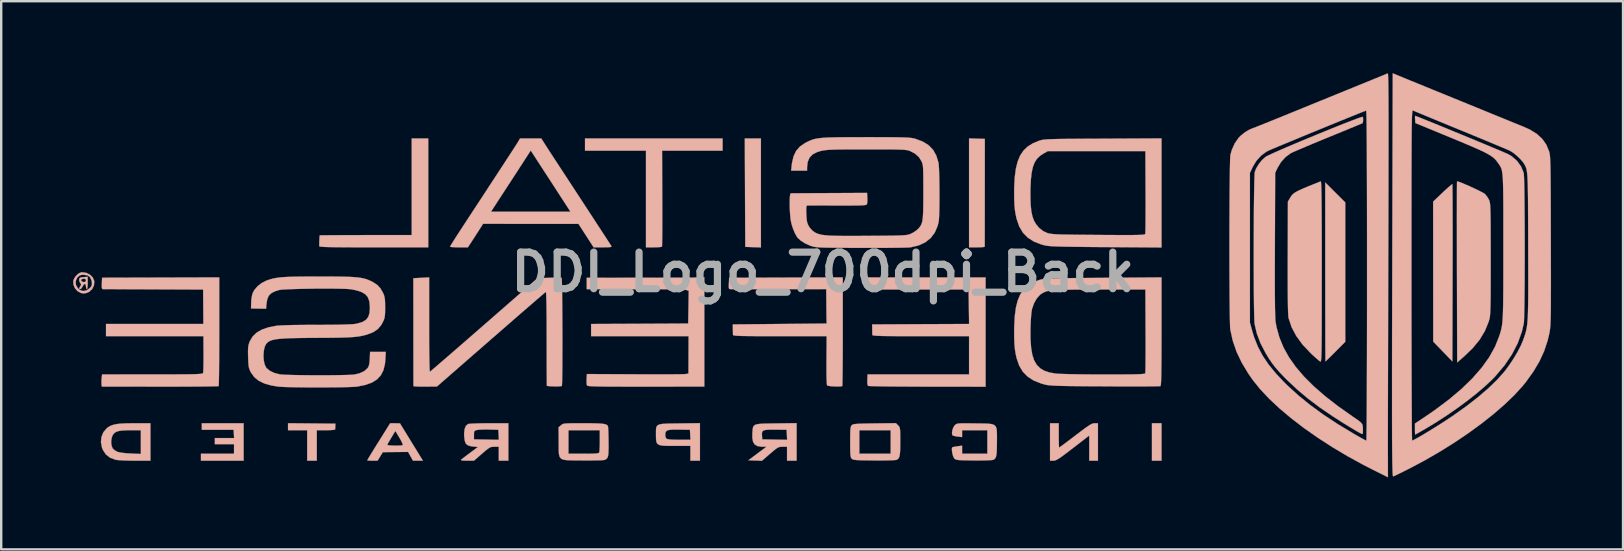
<source format=kicad_pcb>
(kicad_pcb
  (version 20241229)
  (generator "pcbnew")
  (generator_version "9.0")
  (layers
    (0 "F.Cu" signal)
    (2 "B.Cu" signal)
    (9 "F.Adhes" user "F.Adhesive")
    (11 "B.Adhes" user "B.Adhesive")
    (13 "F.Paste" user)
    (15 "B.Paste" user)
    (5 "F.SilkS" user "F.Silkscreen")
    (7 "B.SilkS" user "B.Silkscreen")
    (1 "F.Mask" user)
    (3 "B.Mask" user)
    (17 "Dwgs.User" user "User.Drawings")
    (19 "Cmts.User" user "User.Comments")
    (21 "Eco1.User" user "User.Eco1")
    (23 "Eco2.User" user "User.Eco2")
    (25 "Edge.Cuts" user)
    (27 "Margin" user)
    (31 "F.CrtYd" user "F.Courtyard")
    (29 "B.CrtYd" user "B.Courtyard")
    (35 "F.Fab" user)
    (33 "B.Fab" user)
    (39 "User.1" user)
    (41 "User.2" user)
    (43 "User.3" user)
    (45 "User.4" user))
  (footprint "DDI_Logo_700dpi_Back"
    (layer "F.Cu")
    (at 31.233 8.289)
    (property "Reference" "DDI_Logo_700dpi_Back" (at 0 0 0) (layer "F.Fab") (effects (font (size 1.524 1.524) (thickness 0.3))))
    (attr through_hole)
    (fp_poly (pts (xy 13.714 7.856) (xy 14.113 7.856) (xy 14.113 6.296) (xy 13.714 6.296) (xy 13.714 7.856)) (stroke (width 0.01) (type solid)) (fill yes) (layer "B.SilkS"))
    (fp_poly (pts (xy -3.241 -3.311) (xy -3.231 -1.052) (xy -2.579 -1.031) (xy -2.579 -5.569) (xy -2.914 -5.569) (xy -3.25 -5.569) (xy -3.241 -3.311)) (stroke (width 0.01) (type solid)) (fill yes) (layer "B.SilkS"))
    (fp_poly (pts (xy -25.874 6.432) (xy -25.874 6.568) (xy -24.55 6.568) (xy -24.539 6.74) (xy -24.528 6.913) (xy -25.33 6.913) (xy -25.33 7.167) (xy -24.532 7.167) (xy -24.532 7.566) (xy -25.91 7.566) (xy -25.91 7.856) (xy -24.132 7.856) (xy -24.132 6.296) (xy -25.874 6.296) (xy -25.874 6.432)) (stroke (width 0.01) (type solid)) (fill yes) (layer "B.SilkS"))
    (fp_poly (pts (xy -22.282 6.586) (xy -21.484 6.586) (xy -21.484 7.856) (xy -21.084 7.856) (xy -21.084 6.586) (xy -20.703 6.586) (xy -20.531 6.583) (xy -20.403 6.574) (xy -20.331 6.56) (xy -20.319 6.55) (xy -20.315 6.489) (xy -20.312 6.414) (xy -20.308 6.314) (xy -21.295 6.304) (xy -22.282 6.295) (xy -22.282 6.586)) (stroke (width 0.01) (type solid)) (fill yes) (layer "B.SilkS"))
    (fp_poly (pts (xy 6.094 -1.034) (xy 6.42 -1.034) (xy 6.564 -1.037) (xy 6.676 -1.044) (xy 6.739 -1.055) (xy 6.747 -1.061) (xy 6.747 -1.101) (xy 6.747 -1.208) (xy 6.747 -1.374) (xy 6.748 -1.594) (xy 6.748 -1.862) (xy 6.748 -2.17) (xy 6.749 -2.514) (xy 6.749 -2.885) (xy 6.749 -3.28) (xy 6.749 -3.32) (xy 6.751 -5.551) (xy 6.422 -5.562) (xy 6.094 -5.572) (xy 6.094 -1.034)) (stroke (width 0.01) (type solid)) (fill yes) (layer "B.SilkS"))
    (fp_poly (pts (xy 20.934 -0.008) (xy 20.935 0.505) (xy 20.935 0.998) (xy 20.935 1.465) (xy 20.936 1.901) (xy 20.937 2.302) (xy 20.937 2.663) (xy 20.938 2.979) (xy 20.939 3.245) (xy 20.941 3.457) (xy 20.942 3.61) (xy 20.943 3.698) (xy 20.944 3.72) (xy 20.972 3.695) (xy 21.041 3.628) (xy 21.145 3.527) (xy 21.272 3.4) (xy 21.361 3.311) (xy 21.769 2.902) (xy 21.769 -2.904) (xy 20.934 -3.736) (xy 20.934 -0.008)) (stroke (width 0.01) (type solid)) (fill yes) (layer "B.SilkS"))
    (fp_poly (pts (xy 26.198 -3.647) (xy 26.123 -3.586) (xy 26.016 -3.491) (xy 25.885 -3.371) (xy 25.82 -3.309) (xy 25.43 -2.939) (xy 25.433 2.894) (xy 26.231 3.719) (xy 26.241 0.033) (xy 26.242 -0.478) (xy 26.243 -0.968) (xy 26.243 -1.433) (xy 26.243 -1.867) (xy 26.242 -2.266) (xy 26.241 -2.624) (xy 26.24 -2.938) (xy 26.238 -3.202) (xy 26.236 -3.411) (xy 26.234 -3.561) (xy 26.232 -3.647) (xy 26.23 -3.666) (xy 26.198 -3.647)) (stroke (width 0.01) (type solid)) (fill yes) (layer "B.SilkS"))
    (fp_poly (pts (xy -9.908 -5.061) (xy -7.368 -5.061) (xy -7.368 -1.034) (xy -7.044 -1.034) (xy -6.898 -1.037) (xy -6.781 -1.045) (xy -6.712 -1.058) (xy -6.701 -1.064) (xy -6.698 -1.105) (xy -6.695 -1.212) (xy -6.692 -1.378) (xy -6.69 -1.596) (xy -6.689 -1.86) (xy -6.688 -2.164) (xy -6.688 -2.499) (xy -6.689 -2.86) (xy -6.69 -3.078) (xy -6.697 -5.061) (xy -5.436 -5.061) (xy -4.175 -5.061) (xy -4.175 -5.569) (xy -9.908 -5.569) (xy -9.908 -5.061)) (stroke (width 0.01) (type solid)) (fill yes) (layer "B.SilkS"))
    (fp_poly (pts (xy -17.129 -1.545) (xy -19.04 -1.544) (xy -19.405 -1.543) (xy -19.748 -1.542) (xy -20.061 -1.541) (xy -20.339 -1.54) (xy -20.573 -1.538) (xy -20.759 -1.537) (xy -20.887 -1.535) (xy -20.953 -1.533) (xy -20.961 -1.532) (xy -20.967 -1.494) (xy -20.973 -1.408) (xy -20.978 -1.297) (xy -20.981 -1.188) (xy -20.981 -1.102) (xy -20.98 -1.079) (xy -20.965 -1.069) (xy -20.919 -1.061) (xy -20.838 -1.054) (xy -20.717 -1.048) (xy -20.551 -1.044) (xy -20.337 -1.04) (xy -20.07 -1.037) (xy -19.745 -1.035) (xy -19.359 -1.034) (xy -18.906 -1.034) (xy -18.708 -1.034) (xy -16.44 -1.034) (xy -16.44 -5.569) (xy -17.129 -5.569) (xy -17.129 -1.545)) (stroke (width 0.01) (type solid)) (fill yes) (layer "B.SilkS"))
    (fp_poly (pts (xy 9.468 7.856) (xy 9.604 7.856) (xy 9.654 7.852) (xy 9.709 7.835) (xy 9.778 7.8) (xy 9.87 7.743) (xy 9.991 7.658) (xy 10.15 7.539) (xy 10.356 7.381) (xy 10.421 7.332) (xy 11.101 6.807) (xy 11.101 7.856) (xy 11.464 7.856) (xy 11.464 6.296) (xy 11.328 6.296) (xy 11.277 6.301) (xy 11.221 6.318) (xy 11.15 6.353) (xy 11.057 6.412) (xy 10.932 6.499) (xy 10.769 6.62) (xy 10.558 6.78) (xy 10.527 6.804) (xy 10.337 6.949) (xy 10.167 7.077) (xy 10.025 7.183) (xy 9.919 7.261) (xy 9.858 7.305) (xy 9.846 7.312) (xy 9.841 7.278) (xy 9.836 7.184) (xy 9.833 7.044) (xy 9.831 6.87) (xy 9.831 6.804) (xy 9.831 6.296) (xy 9.468 6.296) (xy 9.468 7.856)) (stroke (width 0.01) (type solid)) (fill yes) (layer "B.SilkS"))
    (fp_poly (pts (xy -30.8 0.207) (xy -30.907 0.219) (xy -30.961 0.243) (xy -30.982 0.29) (xy -30.984 0.303) (xy -30.971 0.397) (xy -30.939 0.45) (xy -30.902 0.507) (xy -30.918 0.56) (xy -30.935 0.584) (xy -30.983 0.662) (xy -30.975 0.701) (xy -30.94 0.708) (xy -30.893 0.678) (xy -30.847 0.604) (xy -30.845 0.599) (xy -30.8 0.524) (xy -30.753 0.49) (xy -30.75 0.49) (xy -30.712 0.523) (xy -30.7 0.599) (xy -30.69 0.676) (xy -30.664 0.708) (xy -30.664 0.708) (xy -30.645 0.674) (xy -30.632 0.584) (xy -30.628 0.454) (xy -30.628 0.345) (xy -30.7 0.345) (xy -30.727 0.403) (xy -30.795 0.417) (xy -30.877 0.385) (xy -30.909 0.339) (xy -30.883 0.297) (xy -30.81 0.274) (xy -30.789 0.273) (xy -30.719 0.29) (xy -30.7 0.345) (xy -30.628 0.345) (xy -30.628 0.196) (xy -30.8 0.207)) (stroke (width 0.01) (type solid)) (fill yes) (layer "B.SilkS"))
    (fp_poly (pts (xy -30.908 0.011) (xy -31.008 0.056) (xy -31.109 0.146) (xy -31.19 0.26) (xy -31.228 0.359) (xy -31.224 0.518) (xy -31.162 0.667) (xy -31.054 0.789) (xy -30.915 0.868) (xy -30.791 0.889) (xy -30.686 0.87) (xy -30.573 0.823) (xy -30.562 0.816) (xy -30.442 0.704) (xy -30.369 0.555) (xy -30.365 0.514) (xy -30.451 0.514) (xy -30.477 0.589) (xy -30.548 0.67) (xy -30.68 0.761) (xy -30.819 0.787) (xy -30.951 0.746) (xy -31.042 0.669) (xy -31.12 0.528) (xy -31.131 0.381) (xy -31.072 0.241) (xy -31.048 0.211) (xy -30.975 0.144) (xy -30.891 0.115) (xy -30.795 0.109) (xy -30.638 0.134) (xy -30.531 0.211) (xy -30.47 0.344) (xy -30.457 0.411) (xy -30.451 0.514) (xy -30.365 0.514) (xy -30.353 0.394) (xy -30.358 0.365) (xy -30.418 0.223) (xy -30.532 0.108) (xy -30.681 0.032) (xy -30.847 0.006) (xy -30.908 0.011)) (stroke (width 0.01) (type solid)) (fill yes) (layer "B.SilkS"))
    (fp_poly (pts (xy -18.503 7.058) (xy -18.634 7.268) (xy -18.752 7.458) (xy -18.85 7.618) (xy -18.924 7.741) (xy -18.969 7.817) (xy -18.98 7.838) (xy -18.947 7.848) (xy -18.861 7.854) (xy -18.765 7.856) (xy -18.551 7.856) (xy -18.441 7.678) (xy -18.332 7.5) (xy -17.806 7.495) (xy -17.28 7.49) (xy -17.178 7.673) (xy -17.075 7.856) (xy -16.869 7.856) (xy -16.663 7.856) (xy -17.065 7.201) (xy -17.5 7.201) (xy -17.504 7.209) (xy -17.555 7.221) (xy -17.653 7.227) (xy -17.778 7.229) (xy -17.909 7.226) (xy -18.027 7.22) (xy -18.113 7.21) (xy -18.145 7.197) (xy -18.128 7.155) (xy -18.08 7.068) (xy -18.012 6.951) (xy -17.978 6.894) (xy -17.81 6.618) (xy -17.639 6.901) (xy -17.562 7.039) (xy -17.514 7.142) (xy -17.5 7.201) (xy -17.065 7.201) (xy -17.141 7.078) (xy -17.619 6.299) (xy -18.026 6.296) (xy -18.503 7.058)) (stroke (width 0.01) (type solid)) (fill yes) (layer "B.SilkS"))
    (fp_poly (pts (xy 1.884 0.726) (xy 6.075 0.726) (xy 6.085 1.442) (xy 6.095 2.159) (xy 4.076 2.168) (xy 2.056 2.178) (xy 2.059 2.368) (xy 2.06 2.488) (xy 2.062 2.582) (xy 2.063 2.613) (xy 2.071 2.625) (xy 2.095 2.635) (xy 2.143 2.643) (xy 2.218 2.65) (xy 2.327 2.655) (xy 2.475 2.66) (xy 2.668 2.663) (xy 2.91 2.665) (xy 3.207 2.666) (xy 3.565 2.667) (xy 3.989 2.667) (xy 4.08 2.667) (xy 6.094 2.667) (xy 6.094 4.261) (xy 1.866 4.26) (xy 1.855 4.486) (xy 1.855 4.636) (xy 1.874 4.72) (xy 1.891 4.74) (xy 1.934 4.745) (xy 2.044 4.749) (xy 2.214 4.754) (xy 2.439 4.758) (xy 2.711 4.762) (xy 3.026 4.765) (xy 3.377 4.767) (xy 3.757 4.769) (xy 4.162 4.771) (xy 4.36 4.771) (xy 6.783 4.774) (xy 6.783 2.496) (xy 6.783 0.218) (xy 1.884 0.218) (xy 1.884 0.726)) (stroke (width 0.01) (type solid)) (fill yes) (layer "B.SilkS"))
    (fp_poly (pts (xy -5.97 6.303) (xy -6.262 6.307) (xy -6.49 6.312) (xy -6.661 6.321) (xy -6.784 6.34) (xy -6.866 6.372) (xy -6.916 6.42) (xy -6.942 6.488) (xy -6.951 6.581) (xy -6.951 6.702) (xy -6.951 6.772) (xy -6.95 6.924) (xy -6.941 7.039) (xy -6.914 7.122) (xy -6.862 7.178) (xy -6.775 7.213) (xy -6.644 7.231) (xy -6.46 7.238) (xy -6.214 7.239) (xy -6.149 7.239) (xy -5.518 7.239) (xy -5.518 7.856) (xy -5.119 7.856) (xy -5.119 6.985) (xy -5.514 6.985) (xy -5.981 6.985) (xy -6.211 6.982) (xy -6.374 6.972) (xy -6.476 6.954) (xy -6.511 6.939) (xy -6.556 6.877) (xy -6.565 6.772) (xy -6.564 6.751) (xy -6.552 6.677) (xy -6.523 6.625) (xy -6.467 6.59) (xy -6.374 6.57) (xy -6.232 6.561) (xy -6.032 6.561) (xy -5.942 6.562) (xy -5.536 6.568) (xy -5.514 6.985) (xy -5.119 6.985) (xy -5.119 6.292) (xy -5.97 6.303)) (stroke (width 0.01) (type solid)) (fill yes) (layer "B.SilkS"))
    (fp_poly (pts (xy -28.982 6.299) (xy -29.222 6.309) (xy -29.411 6.329) (xy -29.56 6.36) (xy -29.679 6.404) (xy -29.78 6.463) (xy -29.833 6.504) (xy -29.973 6.667) (xy -30.055 6.864) (xy -30.077 7.081) (xy -30.035 7.307) (xy -29.995 7.409) (xy -29.871 7.597) (xy -29.696 7.732) (xy -29.471 7.816) (xy -29.466 7.817) (xy -29.376 7.83) (xy -29.229 7.84) (xy -29.041 7.849) (xy -28.827 7.854) (xy -28.659 7.855) (xy -28.015 7.856) (xy -28.015 6.586) (xy -28.414 6.586) (xy -28.414 7.576) (xy -28.841 7.557) (xy -29.059 7.542) (xy -29.24 7.52) (xy -29.369 7.493) (xy -29.4 7.482) (xy -29.504 7.422) (xy -29.586 7.346) (xy -29.594 7.335) (xy -29.639 7.212) (xy -29.651 7.056) (xy -29.629 6.898) (xy -29.594 6.805) (xy -29.537 6.721) (xy -29.457 6.661) (xy -29.343 6.621) (xy -29.184 6.597) (xy -28.97 6.587) (xy -28.851 6.586) (xy -28.414 6.586) (xy -28.015 6.586) (xy -28.015 6.296) (xy -28.68 6.296) (xy -28.982 6.299)) (stroke (width 0.01) (type solid)) (fill yes) (layer "B.SilkS"))
    (fp_poly (pts (xy -1.942 6.303) (xy -2.231 6.307) (xy -2.456 6.312) (xy -2.625 6.321) (xy -2.746 6.339) (xy -2.828 6.367) (xy -2.879 6.409) (xy -2.908 6.469) (xy -2.922 6.55) (xy -2.93 6.654) (xy -2.933 6.687) (xy -2.936 6.91) (xy -2.905 7.073) (xy -2.835 7.183) (xy -2.72 7.248) (xy -2.556 7.274) (xy -2.494 7.276) (xy -2.348 7.276) (xy -3.101 7.838) (xy -2.82 7.849) (xy -2.539 7.859) (xy -2.2 7.568) (xy -2.056 7.445) (xy -1.953 7.363) (xy -1.876 7.313) (xy -1.812 7.287) (xy -1.745 7.277) (xy -1.675 7.276) (xy -1.49 7.276) (xy -1.49 7.856) (xy -1.091 7.856) (xy -1.091 6.987) (xy -1.486 6.987) (xy -2.005 6.977) (xy -2.524 6.967) (xy -2.535 6.795) (xy -2.537 6.707) (xy -2.521 6.644) (xy -2.478 6.602) (xy -2.398 6.577) (xy -2.272 6.565) (xy -2.089 6.562) (xy -1.943 6.563) (xy -1.508 6.568) (xy -1.497 6.778) (xy -1.486 6.987) (xy -1.091 6.987) (xy -1.091 6.292) (xy -1.942 6.303)) (stroke (width 0.01) (type solid)) (fill yes) (layer "B.SilkS"))
    (fp_poly (pts (xy -14.136 6.298) (xy -14.354 6.302) (xy -14.54 6.308) (xy -14.682 6.317) (xy -14.768 6.326) (xy -14.783 6.33) (xy -14.869 6.401) (xy -14.924 6.533) (xy -14.945 6.721) (xy -14.94 6.863) (xy -14.917 7.035) (xy -14.871 7.148) (xy -14.789 7.217) (xy -14.659 7.254) (xy -14.578 7.265) (xy -14.372 7.286) (xy -14.708 7.537) (xy -14.844 7.639) (xy -14.96 7.728) (xy -15.042 7.793) (xy -15.077 7.822) (xy -15.063 7.84) (xy -14.982 7.851) (xy -14.841 7.856) (xy -14.823 7.856) (xy -14.535 7.855) (xy -14.201 7.565) (xy -14.06 7.443) (xy -13.958 7.362) (xy -13.882 7.312) (xy -13.817 7.286) (xy -13.75 7.277) (xy -13.684 7.276) (xy -13.501 7.276) (xy -13.501 7.856) (xy -13.102 7.856) (xy -13.102 6.987) (xy -13.497 6.987) (xy -14.535 6.967) (xy -14.535 6.788) (xy -14.532 6.68) (xy -14.514 6.623) (xy -14.469 6.594) (xy -14.416 6.578) (xy -14.33 6.566) (xy -14.193 6.559) (xy -14.027 6.556) (xy -13.908 6.558) (xy -13.519 6.568) (xy -13.508 6.778) (xy -13.497 6.987) (xy -13.102 6.987) (xy -13.102 6.296) (xy -13.897 6.296) (xy -14.136 6.298)) (stroke (width 0.01) (type solid)) (fill yes) (layer "B.SilkS"))
    (fp_poly (pts (xy 26.426 -3.779) (xy 26.424 -3.742) (xy 26.423 -3.637) (xy 26.421 -3.469) (xy 26.421 -3.243) (xy 26.42 -2.963) (xy 26.42 -2.635) (xy 26.419 -2.263) (xy 26.42 -1.852) (xy 26.42 -1.407) (xy 26.421 -0.932) (xy 26.421 -0.432) (xy 26.422 -0.002) (xy 26.432 3.762) (xy 26.722 3.51) (xy 27.079 3.167) (xy 27.366 2.816) (xy 27.585 2.454) (xy 27.739 2.078) (xy 27.774 1.958) (xy 27.786 1.905) (xy 27.796 1.839) (xy 27.804 1.754) (xy 27.811 1.645) (xy 27.817 1.506) (xy 27.821 1.332) (xy 27.825 1.116) (xy 27.827 0.853) (xy 27.828 0.538) (xy 27.829 0.164) (xy 27.829 -0.273) (xy 27.829 -0.558) (xy 27.829 -1.026) (xy 27.828 -1.426) (xy 27.827 -1.765) (xy 27.825 -2.048) (xy 27.823 -2.281) (xy 27.819 -2.47) (xy 27.815 -2.619) (xy 27.809 -2.736) (xy 27.803 -2.824) (xy 27.794 -2.89) (xy 27.784 -2.94) (xy 27.772 -2.978) (xy 27.76 -3.008) (xy 27.691 -3.129) (xy 27.604 -3.239) (xy 27.585 -3.258) (xy 27.527 -3.297) (xy 27.421 -3.354) (xy 27.281 -3.424) (xy 27.119 -3.501) (xy 26.948 -3.579) (xy 26.783 -3.651) (xy 26.634 -3.713) (xy 26.517 -3.758) (xy 26.443 -3.78) (xy 26.426 -3.779)) (stroke (width 0.01) (type solid)) (fill yes) (layer "B.SilkS"))
    (fp_poly (pts (xy -5.019 0.221) (xy -5.069 0.223) (xy -5.184 0.224) (xy -5.36 0.226) (xy -5.59 0.227) (xy -5.867 0.229) (xy -6.185 0.23) (xy -6.538 0.231) (xy -6.919 0.232) (xy -7.323 0.233) (xy -7.468 0.233) (xy -9.836 0.236) (xy -9.836 0.708) (xy -7.806 0.708) (xy -7.347 0.709) (xy -6.936 0.711) (xy -6.576 0.714) (xy -6.272 0.718) (xy -6.026 0.723) (xy -5.843 0.73) (xy -5.726 0.737) (xy -5.681 0.744) (xy -5.586 0.78) (xy -5.597 1.461) (xy -5.609 2.141) (xy -7.631 2.151) (xy -9.654 2.16) (xy -9.654 2.667) (xy -5.592 2.667) (xy -5.598 4.226) (xy -5.712 4.246) (xy -5.769 4.25) (xy -5.892 4.253) (xy -6.073 4.256) (xy -6.305 4.257) (xy -6.582 4.259) (xy -6.896 4.259) (xy -7.241 4.259) (xy -7.609 4.257) (xy -7.828 4.256) (xy -9.83 4.246) (xy -9.842 4.457) (xy -9.844 4.581) (xy -9.836 4.68) (xy -9.825 4.721) (xy -9.811 4.731) (xy -9.777 4.74) (xy -9.72 4.748) (xy -9.633 4.754) (xy -9.513 4.759) (xy -9.354 4.763) (xy -9.152 4.767) (xy -8.901 4.769) (xy -8.596 4.77) (xy -8.233 4.771) (xy -7.807 4.772) (xy -7.366 4.771) (xy -4.937 4.77) (xy -4.937 0.212) (xy -5.019 0.221)) (stroke (width 0.01) (type solid)) (fill yes) (layer "B.SilkS"))
    (fp_poly (pts (xy 2.158 6.303) (xy 1.878 6.307) (xy 1.662 6.312) (xy 1.5 6.317) (xy 1.384 6.325) (xy 1.305 6.335) (xy 1.253 6.349) (xy 1.22 6.366) (xy 1.205 6.379) (xy 1.182 6.41) (xy 1.164 6.456) (xy 1.153 6.527) (xy 1.146 6.635) (xy 1.142 6.79) (xy 1.141 7.004) (xy 1.141 7.076) (xy 1.141 7.309) (xy 1.144 7.479) (xy 1.15 7.599) (xy 1.161 7.68) (xy 1.176 7.732) (xy 1.198 7.766) (xy 1.205 7.773) (xy 1.232 7.794) (xy 1.272 7.81) (xy 1.335 7.822) (xy 1.429 7.831) (xy 1.564 7.837) (xy 1.748 7.841) (xy 1.992 7.845) (xy 2.131 7.846) (xy 2.377 7.847) (xy 2.603 7.845) (xy 2.797 7.841) (xy 2.948 7.834) (xy 3.044 7.826) (xy 3.07 7.821) (xy 3.125 7.79) (xy 3.166 7.744) (xy 3.194 7.672) (xy 3.213 7.563) (xy 3.223 7.409) (xy 3.227 7.197) (xy 3.227 7.059) (xy 3.227 6.84) (xy 3.224 6.683) (xy 3.22 6.586) (xy 2.828 6.586) (xy 2.828 7.566) (xy 1.522 7.566) (xy 1.522 6.586) (xy 2.828 6.586) (xy 3.22 6.586) (xy 3.219 6.573) (xy 3.208 6.5) (xy 3.191 6.451) (xy 3.165 6.414) (xy 3.136 6.383) (xy 3.045 6.292) (xy 2.158 6.303)) (stroke (width 0.01) (type solid)) (fill yes) (layer "B.SilkS"))
    (fp_poly (pts (xy 20.436 -3.658) (xy 20.187 -3.557) (xy 19.991 -3.475) (xy 19.84 -3.406) (xy 19.726 -3.347) (xy 19.641 -3.293) (xy 19.579 -3.241) (xy 19.53 -3.186) (xy 19.488 -3.125) (xy 19.464 -3.084) (xy 19.379 -2.939) (xy 19.372 -0.598) (xy 19.371 -0.048) (xy 19.372 0.431) (xy 19.373 0.84) (xy 19.377 1.182) (xy 19.381 1.457) (xy 19.387 1.668) (xy 19.395 1.816) (xy 19.404 1.902) (xy 19.406 1.912) (xy 19.531 2.289) (xy 19.727 2.66) (xy 19.992 3.022) (xy 20.324 3.373) (xy 20.325 3.375) (xy 20.458 3.498) (xy 20.577 3.604) (xy 20.67 3.683) (xy 20.723 3.723) (xy 20.724 3.724) (xy 20.735 3.727) (xy 20.744 3.722) (xy 20.752 3.705) (xy 20.759 3.672) (xy 20.765 3.618) (xy 20.771 3.54) (xy 20.775 3.434) (xy 20.779 3.295) (xy 20.782 3.12) (xy 20.784 2.905) (xy 20.786 2.644) (xy 20.787 2.335) (xy 20.788 1.974) (xy 20.789 1.556) (xy 20.789 1.077) (xy 20.789 0.533) (xy 20.789 -0.02) (xy 20.789 -0.648) (xy 20.789 -1.206) (xy 20.788 -1.698) (xy 20.786 -2.129) (xy 20.785 -2.5) (xy 20.782 -2.817) (xy 20.78 -3.082) (xy 20.776 -3.298) (xy 20.772 -3.47) (xy 20.767 -3.6) (xy 20.762 -3.693) (xy 20.756 -3.751) (xy 20.749 -3.778) (xy 20.744 -3.781) (xy 20.436 -3.658)) (stroke (width 0.01) (type solid)) (fill yes) (layer "B.SilkS"))
    (fp_poly (pts (xy 5.771 6.3) (xy 5.674 6.305) (xy 5.608 6.315) (xy 5.563 6.33) (xy 5.529 6.352) (xy 5.502 6.376) (xy 5.443 6.46) (xy 5.4 6.575) (xy 5.382 6.692) (xy 5.394 6.783) (xy 5.4 6.795) (xy 5.446 6.818) (xy 5.54 6.84) (xy 5.613 6.851) (xy 5.803 6.873) (xy 5.803 6.586) (xy 6.856 6.586) (xy 6.856 7.566) (xy 5.803 7.566) (xy 5.803 7.23) (xy 5.615 7.255) (xy 5.503 7.273) (xy 5.421 7.29) (xy 5.397 7.298) (xy 5.379 7.347) (xy 5.381 7.44) (xy 5.399 7.553) (xy 5.429 7.664) (xy 5.467 7.747) (xy 5.481 7.766) (xy 5.51 7.79) (xy 5.548 7.809) (xy 5.605 7.822) (xy 5.693 7.832) (xy 5.82 7.838) (xy 5.998 7.842) (xy 6.237 7.845) (xy 6.285 7.846) (xy 6.513 7.847) (xy 6.721 7.844) (xy 6.895 7.839) (xy 7.023 7.832) (xy 7.093 7.823) (xy 7.098 7.821) (xy 7.153 7.79) (xy 7.194 7.743) (xy 7.222 7.671) (xy 7.241 7.562) (xy 7.25 7.406) (xy 7.254 7.193) (xy 7.255 7.064) (xy 7.256 6.833) (xy 7.253 6.654) (xy 7.239 6.522) (xy 7.205 6.429) (xy 7.142 6.368) (xy 7.042 6.332) (xy 6.898 6.314) (xy 6.7 6.307) (xy 6.44 6.304) (xy 6.355 6.303) (xy 6.102 6.3) (xy 5.911 6.298) (xy 5.771 6.3)) (stroke (width 0.01) (type solid)) (fill yes) (layer "B.SilkS"))
    (fp_poly (pts (xy -10.248 6.296) (xy -10.451 6.297) (xy -10.602 6.301) (xy -10.709 6.306) (xy -10.783 6.316) (xy -10.834 6.33) (xy -10.871 6.35) (xy -10.905 6.376) (xy -10.91 6.381) (xy -11.009 6.466) (xy -11.005 7.077) (xy -11.004 7.303) (xy -11.002 7.479) (xy -10.989 7.612) (xy -10.959 7.707) (xy -10.902 7.772) (xy -10.812 7.812) (xy -10.68 7.833) (xy -10.498 7.842) (xy -10.258 7.844) (xy -10.007 7.846) (xy -9.763 7.847) (xy -9.541 7.845) (xy -9.351 7.841) (xy -9.204 7.835) (xy -9.113 7.828) (xy -9.091 7.823) (xy -9.031 7.793) (xy -8.988 7.755) (xy -8.958 7.698) (xy -8.939 7.61) (xy -8.93 7.481) (xy -8.926 7.301) (xy -8.927 7.078) (xy -8.93 6.873) (xy -8.934 6.691) (xy -8.939 6.586) (xy -9.292 6.586) (xy -9.292 7.019) (xy -9.293 7.193) (xy -9.298 7.344) (xy -9.305 7.455) (xy -9.314 7.509) (xy -9.33 7.53) (xy -9.369 7.545) (xy -9.44 7.555) (xy -9.552 7.562) (xy -9.715 7.565) (xy -9.941 7.566) (xy -9.967 7.566) (xy -10.598 7.566) (xy -10.598 6.586) (xy -9.292 6.586) (xy -8.939 6.586) (xy -8.941 6.545) (xy -8.948 6.45) (xy -8.953 6.42) (xy -8.977 6.382) (xy -9.02 6.353) (xy -9.092 6.331) (xy -9.2 6.315) (xy -9.353 6.305) (xy -9.558 6.299) (xy -9.823 6.296) (xy -9.981 6.296) (xy -10.248 6.296)) (stroke (width 0.01) (type solid)) (fill yes) (layer "B.SilkS"))
    (fp_poly (pts (xy -1.535 0.226) (xy -3.903 0.234) (xy -3.914 0.471) (xy -3.918 0.598) (xy -3.913 0.669) (xy -3.893 0.701) (xy -3.853 0.708) (xy -3.841 0.709) (xy -3.79 0.709) (xy -3.673 0.709) (xy -3.498 0.709) (xy -3.271 0.709) (xy -2.999 0.709) (xy -2.69 0.708) (xy -2.35 0.708) (xy -1.987 0.708) (xy -1.808 0.708) (xy 0.143 0.707) (xy 0.148 1.333) (xy 0.15 1.546) (xy 0.152 1.738) (xy 0.154 1.897) (xy 0.156 2.008) (xy 0.157 2.051) (xy 0.161 2.141) (xy -3.75 2.178) (xy -3.747 2.368) (xy -3.745 2.488) (xy -3.743 2.582) (xy -3.742 2.613) (xy -3.735 2.625) (xy -3.71 2.635) (xy -3.662 2.644) (xy -3.586 2.65) (xy -3.476 2.656) (xy -3.326 2.66) (xy -3.132 2.663) (xy -2.887 2.665) (xy -2.586 2.667) (xy -2.224 2.667) (xy -1.794 2.667) (xy -1.79 2.667) (xy 0.161 2.667) (xy 0.153 3.672) (xy 0.152 3.974) (xy 0.153 4.234) (xy 0.157 4.445) (xy 0.164 4.6) (xy 0.173 4.694) (xy 0.18 4.719) (xy 0.229 4.737) (xy 0.328 4.751) (xy 0.456 4.761) (xy 0.591 4.765) (xy 0.709 4.763) (xy 0.79 4.754) (xy 0.811 4.745) (xy 0.815 4.706) (xy 0.818 4.6) (xy 0.822 4.435) (xy 0.824 4.215) (xy 0.827 3.949) (xy 0.829 3.64) (xy 0.831 3.297) (xy 0.832 2.925) (xy 0.832 2.53) (xy 0.832 2.471) (xy 0.832 0.218) (xy -1.535 0.226)) (stroke (width 0.01) (type solid)) (fill yes) (layer "B.SilkS"))
    (fp_poly (pts (xy -27.589 0.225) (xy -30.029 0.232) (xy -30.04 0.47) (xy -30.043 0.599) (xy -30.036 0.671) (xy -30.016 0.702) (xy -29.985 0.708) (xy -29.938 0.708) (xy -29.824 0.709) (xy -29.652 0.709) (xy -29.427 0.71) (xy -29.157 0.712) (xy -28.847 0.713) (xy -28.506 0.714) (xy -28.139 0.716) (xy -27.87 0.717) (xy -25.82 0.726) (xy -25.815 1.443) (xy -25.81 2.159) (xy -29.866 2.159) (xy -29.866 2.667) (xy -25.807 2.667) (xy -25.803 3.406) (xy -25.803 3.633) (xy -25.805 3.838) (xy -25.809 4.008) (xy -25.814 4.132) (xy -25.821 4.197) (xy -25.822 4.202) (xy -25.832 4.215) (xy -25.856 4.225) (xy -25.898 4.234) (xy -25.965 4.241) (xy -26.062 4.247) (xy -26.194 4.252) (xy -26.367 4.255) (xy -26.586 4.258) (xy -26.857 4.259) (xy -27.185 4.26) (xy -27.576 4.261) (xy -27.937 4.261) (xy -30.029 4.262) (xy -30.047 4.417) (xy -30.056 4.541) (xy -30.054 4.651) (xy -30.052 4.671) (xy -30.039 4.769) (xy -27.619 4.771) (xy -27.206 4.771) (xy -26.815 4.771) (xy -26.451 4.769) (xy -26.121 4.767) (xy -25.83 4.765) (xy -25.585 4.762) (xy -25.392 4.758) (xy -25.256 4.755) (xy -25.184 4.751) (xy -25.173 4.748) (xy -25.169 4.709) (xy -25.165 4.603) (xy -25.161 4.437) (xy -25.157 4.217) (xy -25.155 3.949) (xy -25.152 3.641) (xy -25.15 3.297) (xy -25.149 2.924) (xy -25.148 2.529) (xy -25.148 2.471) (xy -25.148 0.218) (xy -27.589 0.225)) (stroke (width 0.01) (type solid)) (fill yes) (layer "B.SilkS"))
    (fp_poly (pts (xy -12.686 -5.448) (xy -12.704 -5.418) (xy -12.734 -5.37) (xy -12.778 -5.301) (xy -12.838 -5.208) (xy -12.916 -5.088) (xy -13.013 -4.938) (xy -13.133 -4.754) (xy -13.277 -4.533) (xy -13.447 -4.273) (xy -13.645 -3.97) (xy -13.874 -3.621) (xy -14.134 -3.222) (xy -14.429 -2.772) (xy -14.761 -2.266) (xy -15.009 -1.886) (xy -15.149 -1.672) (xy -15.275 -1.477) (xy -15.381 -1.31) (xy -15.463 -1.18) (xy -15.515 -1.094) (xy -15.532 -1.061) (xy -15.499 -1.05) (xy -15.408 -1.041) (xy -15.274 -1.035) (xy -15.161 -1.034) (xy -14.789 -1.034) (xy -14.711 -1.152) (xy -14.66 -1.229) (xy -14.581 -1.351) (xy -14.486 -1.498) (xy -14.394 -1.641) (xy -14.155 -2.013) (xy -10.181 -2.012) (xy -9.549 -1.034) (xy -9.164 -1.034) (xy -8.988 -1.036) (xy -8.875 -1.042) (xy -8.817 -1.054) (xy -8.804 -1.073) (xy -8.806 -1.079) (xy -8.835 -1.124) (xy -8.895 -1.218) (xy -8.98 -1.349) (xy -9.082 -1.507) (xy -9.141 -1.596) (xy -9.4 -1.993) (xy -9.665 -2.4) (xy -9.744 -2.521) (xy -10.517 -2.521) (xy -13.824 -2.521) (xy -13.239 -3.42) (xy -13.076 -3.67) (xy -12.912 -3.922) (xy -12.756 -4.162) (xy -12.615 -4.379) (xy -12.498 -4.559) (xy -12.413 -4.691) (xy -12.412 -4.693) (xy -12.169 -5.068) (xy -11.395 -3.876) (xy -11.222 -3.61) (xy -11.06 -3.36) (xy -10.913 -3.133) (xy -10.786 -2.938) (xy -10.684 -2.781) (xy -10.611 -2.669) (xy -10.573 -2.608) (xy -10.569 -2.603) (xy -10.517 -2.521) (xy -9.744 -2.521) (xy -9.931 -2.807) (xy -10.19 -3.203) (xy -10.436 -3.58) (xy -10.662 -3.925) (xy -10.862 -4.23) (xy -11.026 -4.481) (xy -11.162 -4.688) (xy -11.294 -4.891) (xy -11.414 -5.076) (xy -11.513 -5.228) (xy -11.581 -5.335) (xy -11.586 -5.343) (xy -11.729 -5.569) (xy -12.616 -5.569) (xy -12.686 -5.448)) (stroke (width 0.01) (type solid)) (fill yes) (layer "B.SilkS"))
    (fp_poly (pts (xy -16.732 0.236) (xy -17.061 0.254) (xy -17.059 2.486) (xy -17.059 2.882) (xy -17.059 3.256) (xy -17.058 3.603) (xy -17.058 3.916) (xy -17.058 4.188) (xy -17.058 4.413) (xy -17.057 4.585) (xy -17.057 4.698) (xy -17.057 4.745) (xy -17.057 4.746) (xy -17.023 4.757) (xy -16.929 4.764) (xy -16.79 4.769) (xy -16.617 4.77) (xy -16.567 4.77) (xy -16.077 4.765) (xy -13.825 2.8) (xy -13.478 2.498) (xy -13.147 2.21) (xy -12.836 1.939) (xy -12.548 1.689) (xy -12.288 1.464) (xy -12.06 1.267) (xy -11.868 1.101) (xy -11.716 0.971) (xy -11.609 0.88) (xy -11.549 0.831) (xy -11.539 0.823) (xy -11.531 0.856) (xy -11.525 0.957) (xy -11.519 1.123) (xy -11.514 1.35) (xy -11.51 1.634) (xy -11.507 1.97) (xy -11.506 2.356) (xy -11.505 2.773) (xy -11.505 3.143) (xy -11.504 3.49) (xy -11.504 3.808) (xy -11.503 4.09) (xy -11.501 4.33) (xy -11.5 4.52) (xy -11.499 4.655) (xy -11.497 4.727) (xy -11.496 4.738) (xy -11.412 4.75) (xy -11.293 4.758) (xy -11.16 4.761) (xy -11.032 4.76) (xy -10.93 4.754) (xy -10.876 4.744) (xy -10.873 4.741) (xy -10.868 4.697) (xy -10.863 4.588) (xy -10.859 4.423) (xy -10.856 4.208) (xy -10.853 3.952) (xy -10.852 3.662) (xy -10.851 3.345) (xy -10.85 3.009) (xy -10.85 2.662) (xy -10.851 2.312) (xy -10.853 1.965) (xy -10.855 1.63) (xy -10.857 1.313) (xy -10.86 1.024) (xy -10.864 0.768) (xy -10.868 0.554) (xy -10.873 0.39) (xy -10.878 0.282) (xy -10.884 0.239) (xy -10.884 0.239) (xy -10.931 0.232) (xy -11.035 0.23) (xy -11.184 0.23) (xy -11.361 0.235) (xy -11.401 0.236) (xy -11.886 0.254) (xy -14.112 2.196) (xy -14.456 2.496) (xy -14.785 2.782) (xy -15.094 3.051) (xy -15.38 3.299) (xy -15.637 3.522) (xy -15.863 3.717) (xy -16.052 3.88) (xy -16.201 4.008) (xy -16.306 4.097) (xy -16.362 4.143) (xy -16.37 4.149) (xy -16.377 4.116) (xy -16.384 4.016) (xy -16.389 3.852) (xy -16.394 3.63) (xy -16.398 3.354) (xy -16.401 3.029) (xy -16.403 2.66) (xy -16.403 2.251) (xy -16.403 2.19) (xy -16.403 0.218) (xy -16.732 0.236)) (stroke (width 0.01) (type solid)) (fill yes) (layer "B.SilkS"))
    (fp_poly (pts (xy 11.672 -5.561) (xy 11.192 -5.559) (xy 10.778 -5.557) (xy 10.425 -5.554) (xy 10.128 -5.552) (xy 9.882 -5.549) (xy 9.68 -5.545) (xy 9.517 -5.54) (xy 9.387 -5.535) (xy 9.285 -5.528) (xy 9.205 -5.52) (xy 9.142 -5.51) (xy 9.09 -5.499) (xy 9.043 -5.485) (xy 9.006 -5.473) (xy 8.751 -5.367) (xy 8.538 -5.234) (xy 8.364 -5.068) (xy 8.225 -4.863) (xy 8.12 -4.613) (xy 8.045 -4.314) (xy 7.998 -3.958) (xy 7.975 -3.542) (xy 7.973 -3.337) (xy 7.975 -3.046) (xy 7.984 -2.809) (xy 8.002 -2.608) (xy 8.031 -2.424) (xy 8.071 -2.239) (xy 8.077 -2.216) (xy 8.184 -1.905) (xy 8.337 -1.646) (xy 8.541 -1.437) (xy 8.797 -1.273) (xy 9.111 -1.152) (xy 9.245 -1.117) (xy 9.304 -1.105) (xy 9.38 -1.094) (xy 9.476 -1.085) (xy 9.599 -1.077) (xy 9.755 -1.071) (xy 9.948 -1.065) (xy 10.184 -1.06) (xy 10.469 -1.056) (xy 10.809 -1.052) (xy 11.209 -1.048) (xy 11.674 -1.044) (xy 11.8 -1.044) (xy 14.113 -1.028) (xy 14.113 -2.674) (xy 13.449 -2.674) (xy 13.448 -2.378) (xy 13.447 -2.119) (xy 13.445 -1.903) (xy 13.442 -1.738) (xy 13.438 -1.631) (xy 13.434 -1.591) (xy 13.423 -1.579) (xy 13.394 -1.569) (xy 13.343 -1.561) (xy 13.263 -1.554) (xy 13.15 -1.55) (xy 12.997 -1.547) (xy 12.799 -1.545) (xy 12.55 -1.545) (xy 12.245 -1.546) (xy 11.878 -1.548) (xy 11.486 -1.55) (xy 11.057 -1.554) (xy 10.694 -1.557) (xy 10.392 -1.561) (xy 10.142 -1.565) (xy 9.94 -1.569) (xy 9.779 -1.575) (xy 9.653 -1.582) (xy 9.555 -1.591) (xy 9.479 -1.601) (xy 9.418 -1.612) (xy 9.367 -1.627) (xy 9.359 -1.629) (xy 9.182 -1.71) (xy 9.022 -1.837) (xy 8.992 -1.867) (xy 8.883 -1.999) (xy 8.797 -2.149) (xy 8.733 -2.327) (xy 8.688 -2.541) (xy 8.661 -2.801) (xy 8.65 -3.114) (xy 8.652 -3.483) (xy 8.668 -3.841) (xy 8.7 -4.136) (xy 8.751 -4.375) (xy 8.824 -4.568) (xy 8.923 -4.722) (xy 9.049 -4.845) (xy 9.178 -4.931) (xy 9.377 -5.043) (xy 13.441 -5.043) (xy 13.448 -3.344) (xy 13.449 -2.998) (xy 13.449 -2.674) (xy 14.113 -2.674) (xy 14.113 -5.573) (xy 11.672 -5.561)) (stroke (width 0.01) (type solid)) (fill yes) (layer "B.SilkS"))
    (fp_poly (pts (xy 22.461 -6.465) (xy 22.364 -6.434) (xy 22.215 -6.38) (xy 22.02 -6.306) (xy 21.786 -6.215) (xy 21.521 -6.111) (xy 21.232 -5.995) (xy 20.926 -5.87) (xy 20.609 -5.741) (xy 20.29 -5.609) (xy 19.974 -5.478) (xy 19.669 -5.35) (xy 19.383 -5.228) (xy 19.122 -5.116) (xy 18.893 -5.015) (xy 18.703 -4.93) (xy 18.559 -4.863) (xy 18.469 -4.816) (xy 18.449 -4.804) (xy 18.298 -4.668) (xy 18.16 -4.496) (xy 18.052 -4.313) (xy 17.999 -4.172) (xy 17.992 -4.108) (xy 17.986 -3.978) (xy 17.98 -3.788) (xy 17.975 -3.546) (xy 17.97 -3.258) (xy 17.966 -2.931) (xy 17.962 -2.572) (xy 17.96 -2.187) (xy 17.958 -1.782) (xy 17.956 -1.365) (xy 17.955 -0.943) (xy 17.955 -0.521) (xy 17.956 -0.107) (xy 17.957 0.292) (xy 17.959 0.671) (xy 17.962 1.022) (xy 17.965 1.339) (xy 17.97 1.614) (xy 17.975 1.842) (xy 17.98 2.016) (xy 17.987 2.128) (xy 17.991 2.16) (xy 18.085 2.56) (xy 18.236 2.96) (xy 18.45 3.371) (xy 18.459 3.388) (xy 18.593 3.607) (xy 18.725 3.8) (xy 18.868 3.985) (xy 19.036 4.176) (xy 19.242 4.391) (xy 19.335 4.485) (xy 19.751 4.877) (xy 20.203 5.258) (xy 20.701 5.634) (xy 21.255 6.012) (xy 21.696 6.293) (xy 21.944 6.445) (xy 22.137 6.561) (xy 22.281 6.646) (xy 22.383 6.702) (xy 22.449 6.734) (xy 22.485 6.743) (xy 22.499 6.735) (xy 22.499 6.733) (xy 22.503 6.669) (xy 22.504 6.604) (xy 22.503 6.489) (xy 22.497 6.403) (xy 22.474 6.335) (xy 22.428 6.273) (xy 22.348 6.204) (xy 22.226 6.118) (xy 22.063 6.007) (xy 21.458 5.579) (xy 20.922 5.162) (xy 20.453 4.753) (xy 20.048 4.349) (xy 19.705 3.947) (xy 19.422 3.545) (xy 19.196 3.139) (xy 19.026 2.726) (xy 18.908 2.305) (xy 18.867 2.087) (xy 18.859 2.006) (xy 18.852 1.879) (xy 18.846 1.702) (xy 18.841 1.472) (xy 18.838 1.188) (xy 18.835 0.845) (xy 18.834 0.441) (xy 18.834 -0.027) (xy 18.835 -0.561) (xy 18.837 -1.161) (xy 18.848 -4.136) (xy 18.945 -4.342) (xy 19.088 -4.581) (xy 19.273 -4.789) (xy 19.483 -4.946) (xy 19.509 -4.961) (xy 19.58 -4.995) (xy 19.71 -5.052) (xy 19.891 -5.13) (xy 20.115 -5.225) (xy 20.373 -5.334) (xy 20.657 -5.452) (xy 20.96 -5.577) (xy 21.08 -5.626) (xy 21.379 -5.749) (xy 21.657 -5.863) (xy 21.907 -5.966) (xy 22.122 -6.054) (xy 22.293 -6.125) (xy 22.415 -6.176) (xy 22.481 -6.204) (xy 22.49 -6.208) (xy 22.505 -6.254) (xy 22.512 -6.336) (xy 22.51 -6.421) (xy 22.499 -6.47) (xy 22.461 -6.465)) (stroke (width 0.01) (type solid)) (fill yes) (layer "B.SilkS"))
    (fp_poly (pts (xy 24.675 -6.481) (xy 24.676 -6.4) (xy 24.679 -6.362) (xy 24.69 -6.212) (xy 26.172 -5.601) (xy 26.564 -5.439) (xy 26.894 -5.3) (xy 27.168 -5.182) (xy 27.394 -5.081) (xy 27.577 -4.993) (xy 27.723 -4.916) (xy 27.839 -4.845) (xy 27.93 -4.779) (xy 28.003 -4.714) (xy 28.064 -4.645) (xy 28.119 -4.571) (xy 28.121 -4.568) (xy 28.162 -4.511) (xy 28.197 -4.46) (xy 28.228 -4.41) (xy 28.255 -4.358) (xy 28.278 -4.298) (xy 28.297 -4.225) (xy 28.312 -4.134) (xy 28.325 -4.021) (xy 28.335 -3.88) (xy 28.342 -3.707) (xy 28.347 -3.496) (xy 28.351 -3.244) (xy 28.353 -2.944) (xy 28.355 -2.592) (xy 28.355 -2.184) (xy 28.355 -1.714) (xy 28.355 -1.177) (xy 28.355 -1.052) (xy 28.355 -0.499) (xy 28.355 -0.013) (xy 28.354 0.41) (xy 28.353 0.776) (xy 28.35 1.091) (xy 28.347 1.359) (xy 28.342 1.586) (xy 28.336 1.777) (xy 28.327 1.937) (xy 28.317 2.071) (xy 28.304 2.184) (xy 28.289 2.283) (xy 28.271 2.371) (xy 28.25 2.455) (xy 28.225 2.538) (xy 28.197 2.628) (xy 28.184 2.667) (xy 28.01 3.106) (xy 27.766 3.544) (xy 27.452 3.983) (xy 27.068 4.423) (xy 26.613 4.865) (xy 26.087 5.309) (xy 25.489 5.756) (xy 25.098 6.024) (xy 24.672 6.307) (xy 24.672 6.537) (xy 24.673 6.656) (xy 24.677 6.739) (xy 24.682 6.768) (xy 24.715 6.751) (xy 24.799 6.704) (xy 24.922 6.634) (xy 25.071 6.548) (xy 25.1 6.532) (xy 25.545 6.263) (xy 25.992 5.974) (xy 26.428 5.672) (xy 26.844 5.366) (xy 27.23 5.062) (xy 27.576 4.768) (xy 27.872 4.492) (xy 28.019 4.34) (xy 28.402 3.886) (xy 28.713 3.427) (xy 28.954 2.96) (xy 29.126 2.484) (xy 29.206 2.141) (xy 29.214 2.065) (xy 29.22 1.924) (xy 29.226 1.725) (xy 29.231 1.475) (xy 29.235 1.18) (xy 29.239 0.848) (xy 29.242 0.484) (xy 29.244 0.096) (xy 29.245 -0.31) (xy 29.246 -0.726) (xy 29.246 -1.147) (xy 29.245 -1.565) (xy 29.244 -1.975) (xy 29.241 -2.368) (xy 29.238 -2.739) (xy 29.235 -3.081) (xy 29.231 -3.386) (xy 29.226 -3.649) (xy 29.22 -3.863) (xy 29.213 -4.02) (xy 29.206 -4.115) (xy 29.203 -4.135) (xy 29.095 -4.4) (xy 28.927 -4.634) (xy 28.707 -4.826) (xy 28.561 -4.913) (xy 28.5 -4.941) (xy 28.381 -4.992) (xy 28.214 -5.064) (xy 28.003 -5.152) (xy 27.757 -5.255) (xy 27.484 -5.369) (xy 27.19 -5.491) (xy 26.882 -5.618) (xy 26.568 -5.748) (xy 26.256 -5.876) (xy 25.953 -6.001) (xy 25.665 -6.119) (xy 25.4 -6.227) (xy 25.166 -6.322) (xy 24.97 -6.401) (xy 24.819 -6.461) (xy 24.72 -6.5) (xy 24.681 -6.513) (xy 24.675 -6.481)) (stroke (width 0.01) (type solid)) (fill yes) (layer "B.SilkS"))
    (fp_poly (pts (xy 11.673 0.237) (xy 11.192 0.241) (xy 10.778 0.244) (xy 10.426 0.247) (xy 10.129 0.251) (xy 9.883 0.255) (xy 9.681 0.259) (xy 9.518 0.264) (xy 9.388 0.27) (xy 9.285 0.277) (xy 9.205 0.285) (xy 9.141 0.295) (xy 9.088 0.307) (xy 9.04 0.321) (xy 8.995 0.336) (xy 8.744 0.439) (xy 8.535 0.569) (xy 8.363 0.732) (xy 8.226 0.932) (xy 8.122 1.177) (xy 8.047 1.471) (xy 8 1.821) (xy 7.977 2.232) (xy 7.973 2.472) (xy 7.975 2.76) (xy 7.984 2.994) (xy 8.002 3.192) (xy 8.029 3.373) (xy 8.068 3.555) (xy 8.077 3.591) (xy 8.182 3.894) (xy 8.333 4.148) (xy 8.535 4.354) (xy 8.79 4.518) (xy 9.105 4.642) (xy 9.277 4.689) (xy 9.338 4.701) (xy 9.412 4.711) (xy 9.506 4.72) (xy 9.625 4.728) (xy 9.775 4.735) (xy 9.961 4.74) (xy 10.19 4.745) (xy 10.468 4.748) (xy 10.799 4.752) (xy 11.19 4.755) (xy 11.646 4.757) (xy 11.772 4.758) (xy 12.171 4.76) (xy 12.548 4.761) (xy 12.897 4.761) (xy 13.213 4.761) (xy 13.489 4.76) (xy 13.719 4.758) (xy 13.896 4.756) (xy 14.013 4.753) (xy 14.066 4.75) (xy 14.067 4.749) (xy 14.077 4.731) (xy 14.085 4.681) (xy 14.092 4.595) (xy 14.098 4.469) (xy 14.103 4.298) (xy 14.106 4.078) (xy 14.109 3.805) (xy 14.111 3.473) (xy 14.112 3.117) (xy 13.449 3.117) (xy 13.449 3.414) (xy 13.447 3.675) (xy 13.445 3.893) (xy 13.442 4.06) (xy 13.439 4.169) (xy 13.435 4.212) (xy 13.422 4.225) (xy 13.386 4.235) (xy 13.324 4.243) (xy 13.229 4.25) (xy 13.095 4.255) (xy 12.917 4.259) (xy 12.688 4.261) (xy 12.403 4.263) (xy 12.056 4.264) (xy 11.723 4.264) (xy 11.366 4.263) (xy 11.021 4.261) (xy 10.696 4.257) (xy 10.401 4.252) (xy 10.145 4.246) (xy 9.936 4.24) (xy 9.784 4.233) (xy 9.711 4.227) (xy 9.451 4.182) (xy 9.234 4.111) (xy 9.056 4.006) (xy 8.914 3.863) (xy 8.806 3.678) (xy 8.729 3.443) (xy 8.68 3.155) (xy 8.655 2.808) (xy 8.653 2.396) (xy 8.654 2.341) (xy 8.662 2.103) (xy 8.675 1.884) (xy 8.692 1.698) (xy 8.711 1.564) (xy 8.717 1.537) (xy 8.796 1.306) (xy 8.907 1.106) (xy 9.04 0.953) (xy 9.098 0.909) (xy 9.159 0.871) (xy 9.22 0.838) (xy 9.287 0.811) (xy 9.366 0.788) (xy 9.463 0.77) (xy 9.585 0.756) (xy 9.737 0.745) (xy 9.927 0.737) (xy 10.16 0.732) (xy 10.442 0.729) (xy 10.779 0.727) (xy 11.179 0.726) (xy 11.518 0.726) (xy 13.441 0.726) (xy 13.448 2.443) (xy 13.449 2.791) (xy 13.449 3.117) (xy 14.112 3.117) (xy 14.112 3.079) (xy 14.113 2.619) (xy 14.113 2.474) (xy 14.113 0.218) (xy 11.673 0.237)) (stroke (width 0.01) (type solid)) (fill yes) (layer "B.SilkS"))
    (fp_poly (pts (xy 23.538 -8.28) (xy 23.477 -8.255) (xy 23.356 -8.205) (xy 23.182 -8.134) (xy 22.961 -8.044) (xy 22.702 -7.938) (xy 22.41 -7.819) (xy 22.093 -7.69) (xy 21.759 -7.554) (xy 21.413 -7.413) (xy 21.064 -7.27) (xy 20.717 -7.129) (xy 20.381 -6.992) (xy 20.062 -6.862) (xy 19.767 -6.741) (xy 19.503 -6.634) (xy 19.277 -6.542) (xy 19.211 -6.515) (xy 18.926 -6.399) (xy 18.659 -6.291) (xy 18.419 -6.195) (xy 18.214 -6.113) (xy 18.052 -6.048) (xy 17.94 -6.005) (xy 17.888 -5.986) (xy 17.746 -5.924) (xy 17.585 -5.823) (xy 17.432 -5.703) (xy 17.323 -5.595) (xy 17.164 -5.364) (xy 17.042 -5.093) (xy 16.984 -4.889) (xy 16.977 -4.821) (xy 16.971 -4.687) (xy 16.966 -4.493) (xy 16.961 -4.246) (xy 16.957 -3.95) (xy 16.953 -3.613) (xy 16.95 -3.241) (xy 16.947 -2.841) (xy 16.945 -2.417) (xy 16.943 -1.978) (xy 16.942 -1.528) (xy 16.942 -1.074) (xy 16.942 -0.623) (xy 16.943 -0.18) (xy 16.944 0.248) (xy 16.947 0.655) (xy 16.949 1.035) (xy 16.952 1.381) (xy 16.956 1.687) (xy 16.961 1.947) (xy 16.966 2.155) (xy 16.971 2.305) (xy 16.978 2.389) (xy 16.979 2.395) (xy 17.083 2.864) (xy 17.24 3.32) (xy 17.456 3.773) (xy 17.734 4.233) (xy 17.918 4.496) (xy 18.225 4.878) (xy 18.597 5.273) (xy 19.028 5.677) (xy 19.512 6.084) (xy 20.043 6.492) (xy 20.617 6.894) (xy 21.226 7.288) (xy 21.865 7.669) (xy 22.529 8.033) (xy 22.885 8.215) (xy 23.547 8.546) (xy 23.544 7.376) (xy 23.544 7.22) (xy 23.544 6.997) (xy 23.544 6.709) (xy 23.545 6.361) (xy 23.545 5.958) (xy 23.546 5.503) (xy 23.547 5.001) (xy 23.548 4.455) (xy 23.55 3.871) (xy 23.551 3.252) (xy 23.553 2.603) (xy 23.554 1.928) (xy 23.556 1.23) (xy 23.558 0.515) (xy 23.559 0.146) (xy 22.676 0.146) (xy 22.676 0.846) (xy 22.676 1.527) (xy 22.675 2.185) (xy 22.674 2.816) (xy 22.673 3.417) (xy 22.671 3.984) (xy 22.669 4.514) (xy 22.667 5.003) (xy 22.665 5.448) (xy 22.663 5.845) (xy 22.661 6.19) (xy 22.658 6.48) (xy 22.655 6.712) (xy 22.652 6.882) (xy 22.65 6.986) (xy 22.647 7.022) (xy 22.607 7.004) (xy 22.515 6.956) (xy 22.384 6.884) (xy 22.224 6.793) (xy 22.111 6.728) (xy 21.451 6.329) (xy 20.855 5.936) (xy 20.314 5.542) (xy 19.821 5.142) (xy 19.366 4.729) (xy 19.244 4.609) (xy 18.878 4.222) (xy 18.574 3.85) (xy 18.326 3.481) (xy 18.127 3.105) (xy 17.971 2.713) (xy 17.896 2.468) (xy 17.796 2.105) (xy 17.796 -1.016) (xy 17.796 -4.136) (xy 17.916 -4.39) (xy 18.064 -4.636) (xy 18.256 -4.85) (xy 18.474 -5.013) (xy 18.558 -5.058) (xy 18.634 -5.092) (xy 18.766 -5.148) (xy 18.946 -5.224) (xy 19.167 -5.316) (xy 19.423 -5.422) (xy 19.706 -5.539) (xy 20.009 -5.665) (xy 20.325 -5.795) (xy 20.647 -5.927) (xy 20.968 -6.058) (xy 21.28 -6.186) (xy 21.577 -6.307) (xy 21.851 -6.418) (xy 22.096 -6.517) (xy 22.303 -6.601) (xy 22.467 -6.666) (xy 22.58 -6.71) (xy 22.634 -6.73) (xy 22.638 -6.731) (xy 22.643 -6.702) (xy 22.648 -6.617) (xy 22.652 -6.472) (xy 22.656 -6.269) (xy 22.66 -6.004) (xy 22.663 -5.678) (xy 22.666 -5.289) (xy 22.668 -4.836) (xy 22.67 -4.318) (xy 22.672 -3.734) (xy 22.674 -3.083) (xy 22.675 -2.364) (xy 22.676 -1.575) (xy 22.676 -0.715) (xy 22.676 0.146) (xy 23.559 0.146) (xy 23.56 -0.213) (xy 23.562 -0.951) (xy 23.563 -1.047) (xy 23.565 -1.928) (xy 23.567 -2.739) (xy 23.569 -3.482) (xy 23.57 -4.161) (xy 23.571 -4.777) (xy 23.572 -5.333) (xy 23.572 -5.832) (xy 23.572 -6.277) (xy 23.571 -6.669) (xy 23.57 -7.011) (xy 23.568 -7.307) (xy 23.566 -7.558) (xy 23.564 -7.766) (xy 23.561 -7.936) (xy 23.557 -8.068) (xy 23.553 -8.166) (xy 23.549 -8.233) (xy 23.544 -8.27) (xy 23.538 -8.28) (xy 23.538 -8.28)) (stroke (width 0.01) (type solid)) (fill yes) (layer "B.SilkS"))
    (fp_poly (pts (xy -21.405 0.183) (xy -21.753 0.185) (xy -22.043 0.19) (xy -22.285 0.198) (xy -22.486 0.209) (xy -22.654 0.225) (xy -22.797 0.246) (xy -22.923 0.272) (xy -23.04 0.304) (xy -23.156 0.343) (xy -23.186 0.354) (xy -23.382 0.454) (xy -23.557 0.593) (xy -23.692 0.753) (xy -23.753 0.87) (xy -23.786 0.991) (xy -23.81 1.147) (xy -23.818 1.27) (xy -23.824 1.514) (xy -23.511 1.519) (xy -23.197 1.524) (xy -23.179 1.322) (xy -23.148 1.129) (xy -23.086 0.985) (xy -22.983 0.88) (xy -22.829 0.8) (xy -22.643 0.742) (xy -22.562 0.731) (xy -22.418 0.72) (xy -22.222 0.711) (xy -21.985 0.703) (xy -21.718 0.696) (xy -21.43 0.691) (xy -21.132 0.687) (xy -20.835 0.686) (xy -20.548 0.686) (xy -20.283 0.688) (xy -20.05 0.692) (xy -19.859 0.698) (xy -19.72 0.707) (xy -19.69 0.71) (xy -19.517 0.74) (xy -19.343 0.785) (xy -19.208 0.834) (xy -19.058 0.925) (xy -18.956 1.047) (xy -18.896 1.209) (xy -18.873 1.424) (xy -18.872 1.483) (xy -18.887 1.702) (xy -18.94 1.869) (xy -19.039 1.992) (xy -19.191 2.081) (xy -19.405 2.143) (xy -19.468 2.156) (xy -19.565 2.167) (xy -19.728 2.176) (xy -19.952 2.184) (xy -20.23 2.19) (xy -20.557 2.194) (xy -20.926 2.196) (xy -21.093 2.196) (xy -21.44 2.197) (xy -21.765 2.2) (xy -22.062 2.204) (xy -22.32 2.21) (xy -22.53 2.218) (xy -22.685 2.226) (xy -22.765 2.234) (xy -23.101 2.301) (xy -23.374 2.395) (xy -23.59 2.521) (xy -23.754 2.68) (xy -23.873 2.877) (xy -23.897 2.937) (xy -23.925 3.025) (xy -23.942 3.126) (xy -23.949 3.257) (xy -23.948 3.434) (xy -23.945 3.546) (xy -23.937 3.739) (xy -23.927 3.877) (xy -23.91 3.979) (xy -23.884 4.063) (xy -23.845 4.146) (xy -23.824 4.186) (xy -23.689 4.373) (xy -23.507 4.523) (xy -23.272 4.638) (xy -22.978 4.722) (xy -22.694 4.769) (xy -22.577 4.778) (xy -22.401 4.786) (xy -22.174 4.792) (xy -21.909 4.797) (xy -21.614 4.801) (xy -21.301 4.803) (xy -20.979 4.803) (xy -20.661 4.802) (xy -20.354 4.8) (xy -20.072 4.796) (xy -19.823 4.79) (xy -19.618 4.783) (xy -19.467 4.775) (xy -19.399 4.768) (xy -19.062 4.7) (xy -18.789 4.603) (xy -18.575 4.47) (xy -18.416 4.299) (xy -18.307 4.086) (xy -18.244 3.825) (xy -18.227 3.65) (xy -18.208 3.321) (xy -18.863 3.321) (xy -18.876 3.608) (xy -18.889 3.778) (xy -18.913 3.895) (xy -18.951 3.978) (xy -18.964 3.996) (xy -19.102 4.122) (xy -19.3 4.215) (xy -19.51 4.265) (xy -19.605 4.274) (xy -19.761 4.282) (xy -19.969 4.288) (xy -20.218 4.292) (xy -20.497 4.295) (xy -20.796 4.297) (xy -21.104 4.297) (xy -21.411 4.295) (xy -21.707 4.292) (xy -21.98 4.288) (xy -22.22 4.282) (xy -22.418 4.275) (xy -22.561 4.266) (xy -22.626 4.259) (xy -22.845 4.203) (xy -23.033 4.114) (xy -23.171 4.003) (xy -23.196 3.973) (xy -23.257 3.843) (xy -23.294 3.668) (xy -23.305 3.472) (xy -23.291 3.277) (xy -23.252 3.107) (xy -23.197 2.997) (xy -23.149 2.941) (xy -23.09 2.895) (xy -23.015 2.856) (xy -22.917 2.824) (xy -22.79 2.798) (xy -22.628 2.778) (xy -22.425 2.763) (xy -22.175 2.752) (xy -21.871 2.745) (xy -21.508 2.74) (xy -21.08 2.738) (xy -20.998 2.737) (xy -20.601 2.735) (xy -20.267 2.731) (xy -19.99 2.725) (xy -19.76 2.717) (xy -19.568 2.704) (xy -19.407 2.688) (xy -19.267 2.667) (xy -19.141 2.641) (xy -19.021 2.609) (xy -18.978 2.596) (xy -18.734 2.502) (xy -18.548 2.378) (xy -18.407 2.216) (xy -18.34 2.099) (xy -18.294 2) (xy -18.264 1.914) (xy -18.247 1.82) (xy -18.239 1.699) (xy -18.236 1.53) (xy -18.236 1.47) (xy -18.238 1.277) (xy -18.246 1.138) (xy -18.262 1.033) (xy -18.289 0.943) (xy -18.32 0.871) (xy -18.431 0.675) (xy -18.57 0.527) (xy -18.757 0.407) (xy -18.811 0.38) (xy -18.913 0.334) (xy -19.015 0.295) (xy -19.124 0.264) (xy -19.248 0.239) (xy -19.395 0.219) (xy -19.572 0.205) (xy -19.786 0.194) (xy -20.046 0.188) (xy -20.358 0.184) (xy -20.731 0.182) (xy -20.994 0.182) (xy -21.405 0.183)) (stroke (width 0.01) (type solid)) (fill yes) (layer "B.SilkS"))
    (fp_poly (pts (xy 1.352 -5.623) (xy 0.976 -5.622) (xy 0.659 -5.619) (xy 0.393 -5.614) (xy 0.174 -5.607) (xy -0.008 -5.595) (xy -0.158 -5.579) (xy -0.283 -5.559) (xy -0.39 -5.533) (xy -0.486 -5.501) (xy -0.577 -5.461) (xy -0.672 -5.415) (xy -0.74 -5.379) (xy -0.952 -5.235) (xy -1.11 -5.053) (xy -1.219 -4.826) (xy -1.284 -4.547) (xy -1.295 -4.459) (xy -1.319 -4.227) (xy -0.656 -4.227) (xy -0.656 -4.359) (xy -0.631 -4.587) (xy -0.554 -4.769) (xy -0.422 -4.907) (xy -0.23 -5.006) (xy -0.078 -5.051) (xy -0.005 -5.066) (xy 0.076 -5.079) (xy 0.17 -5.09) (xy 0.287 -5.098) (xy 0.431 -5.104) (xy 0.612 -5.109) (xy 0.837 -5.112) (xy 1.112 -5.114) (xy 1.445 -5.115) (xy 1.83 -5.115) (xy 2.221 -5.115) (xy 2.547 -5.115) (xy 2.813 -5.113) (xy 3.028 -5.11) (xy 3.198 -5.106) (xy 3.329 -5.101) (xy 3.428 -5.094) (xy 3.503 -5.084) (xy 3.561 -5.072) (xy 3.607 -5.058) (xy 3.624 -5.052) (xy 3.843 -4.938) (xy 4.004 -4.792) (xy 4.103 -4.636) (xy 4.127 -4.586) (xy 4.146 -4.537) (xy 4.161 -4.48) (xy 4.172 -4.408) (xy 4.179 -4.31) (xy 4.184 -4.18) (xy 4.187 -4.007) (xy 4.188 -3.783) (xy 4.189 -3.499) (xy 4.189 -3.338) (xy 4.188 -2.995) (xy 4.186 -2.717) (xy 4.181 -2.494) (xy 4.171 -2.319) (xy 4.157 -2.183) (xy 4.136 -2.078) (xy 4.108 -1.995) (xy 4.072 -1.926) (xy 4.026 -1.863) (xy 3.985 -1.815) (xy 3.89 -1.731) (xy 3.763 -1.647) (xy 3.69 -1.61) (xy 3.644 -1.589) (xy 3.599 -1.572) (xy 3.548 -1.559) (xy 3.485 -1.547) (xy 3.402 -1.539) (xy 3.293 -1.532) (xy 3.15 -1.526) (xy 2.967 -1.522) (xy 2.736 -1.519) (xy 2.451 -1.516) (xy 2.104 -1.514) (xy 1.866 -1.512) (xy 1.438 -1.509) (xy 1.075 -1.509) (xy 0.772 -1.51) (xy 0.521 -1.514) (xy 0.316 -1.521) (xy 0.15 -1.532) (xy 0.016 -1.547) (xy -0.092 -1.566) (xy -0.181 -1.591) (xy -0.258 -1.62) (xy -0.33 -1.656) (xy -0.342 -1.662) (xy -0.457 -1.753) (xy -0.56 -1.877) (xy -0.577 -1.903) (xy -0.623 -1.993) (xy -0.654 -2.084) (xy -0.672 -2.199) (xy -0.683 -2.357) (xy -0.686 -2.421) (xy -0.691 -2.589) (xy -0.688 -2.698) (xy -0.677 -2.756) (xy -0.655 -2.777) (xy -0.651 -2.777) (xy -0.604 -2.778) (xy -0.493 -2.778) (xy -0.327 -2.778) (xy -0.116 -2.777) (xy 0.132 -2.777) (xy 0.409 -2.776) (xy 0.603 -2.776) (xy 0.936 -2.775) (xy 1.204 -2.776) (xy 1.414 -2.778) (xy 1.572 -2.781) (xy 1.686 -2.787) (xy 1.763 -2.796) (xy 1.809 -2.806) (xy 1.833 -2.82) (xy 1.836 -2.825) (xy 1.851 -2.889) (xy 1.857 -2.998) (xy 1.854 -3.09) (xy 1.843 -3.302) (xy 0.276 -3.294) (xy -0.055 -3.292) (xy -0.365 -3.291) (xy -0.645 -3.289) (xy -0.888 -3.288) (xy -1.087 -3.287) (xy -1.233 -3.286) (xy -1.318 -3.285) (xy -1.338 -3.285) (xy -1.357 -3.25) (xy -1.37 -3.157) (xy -1.378 -3.018) (xy -1.38 -2.846) (xy -1.376 -2.657) (xy -1.366 -2.461) (xy -1.35 -2.275) (xy -1.339 -2.177) (xy -1.302 -2.004) (xy -1.242 -1.814) (xy -1.167 -1.633) (xy -1.088 -1.487) (xy -1.048 -1.431) (xy -0.913 -1.309) (xy -0.731 -1.195) (xy -0.527 -1.103) (xy -0.502 -1.095) (xy -0.449 -1.078) (xy -0.395 -1.063) (xy -0.335 -1.051) (xy -0.26 -1.041) (xy -0.165 -1.033) (xy -0.043 -1.027) (xy 0.112 -1.022) (xy 0.307 -1.019) (xy 0.549 -1.016) (xy 0.844 -1.014) (xy 1.199 -1.012) (xy 1.594 -1.011) (xy 1.963 -1.01) (xy 2.315 -1.011) (xy 2.642 -1.012) (xy 2.938 -1.015) (xy 3.194 -1.018) (xy 3.402 -1.022) (xy 3.555 -1.027) (xy 3.646 -1.032) (xy 3.657 -1.034) (xy 3.988 -1.112) (xy 4.266 -1.24) (xy 4.491 -1.417) (xy 4.663 -1.643) (xy 4.783 -1.92) (xy 4.826 -2.092) (xy 4.838 -2.19) (xy 4.847 -2.348) (xy 4.854 -2.554) (xy 4.858 -2.796) (xy 4.86 -3.061) (xy 4.86 -3.339) (xy 4.858 -3.616) (xy 4.854 -3.88) (xy 4.848 -4.119) (xy 4.84 -4.322) (xy 4.829 -4.476) (xy 4.818 -4.567) (xy 4.729 -4.857) (xy 4.595 -5.096) (xy 4.41 -5.288) (xy 4.17 -5.438) (xy 3.87 -5.551) (xy 3.84 -5.56) (xy 3.781 -5.574) (xy 3.715 -5.587) (xy 3.635 -5.597) (xy 3.534 -5.605) (xy 3.407 -5.611) (xy 3.245 -5.616) (xy 3.043 -5.619) (xy 2.794 -5.622) (xy 2.49 -5.623) (xy 2.126 -5.624) (xy 1.794 -5.624) (xy 1.352 -5.623)) (stroke (width 0.01) (type solid)) (fill yes) (layer "B.SilkS"))
    (fp_poly (pts (xy 23.728 -1.021) (xy 23.726 -0.021) (xy 23.724 0.909) (xy 23.722 1.771) (xy 23.72 2.567) (xy 23.719 3.301) (xy 23.718 3.974) (xy 23.718 4.59) (xy 23.718 5.149) (xy 23.718 5.655) (xy 23.718 6.111) (xy 23.719 6.518) (xy 23.72 6.879) (xy 23.722 7.197) (xy 23.724 7.473) (xy 23.727 7.711) (xy 23.729 7.912) (xy 23.733 8.08) (xy 23.737 8.216) (xy 23.741 8.323) (xy 23.745 8.403) (xy 23.751 8.459) (xy 23.756 8.493) (xy 23.762 8.508) (xy 23.765 8.509) (xy 23.806 8.494) (xy 23.902 8.45) (xy 24.042 8.382) (xy 24.215 8.296) (xy 24.413 8.197) (xy 24.462 8.172) (xy 25.102 7.831) (xy 25.727 7.469) (xy 26.332 7.091) (xy 26.91 6.7) (xy 27.453 6.303) (xy 27.957 5.904) (xy 28.413 5.508) (xy 28.816 5.12) (xy 29.158 4.745) (xy 29.295 4.577) (xy 29.608 4.141) (xy 29.859 3.717) (xy 30.054 3.293) (xy 30.199 2.855) (xy 30.263 2.588) (xy 30.276 2.525) (xy 30.287 2.463) (xy 30.297 2.399) (xy 30.306 2.328) (xy 30.313 2.245) (xy 30.319 2.144) (xy 30.324 2.022) (xy 30.329 1.874) (xy 30.332 1.695) (xy 30.334 1.48) (xy 30.336 1.225) (xy 30.336 0.924) (xy 30.337 0.574) (xy 30.337 0.436) (xy 29.393 0.436) (xy 29.393 0.81) (xy 29.391 1.133) (xy 29.387 1.41) (xy 29.382 1.645) (xy 29.375 1.844) (xy 29.365 2.012) (xy 29.353 2.154) (xy 29.337 2.277) (xy 29.318 2.384) (xy 29.296 2.481) (xy 29.269 2.574) (xy 29.239 2.667) (xy 29.204 2.766) (xy 29.168 2.863) (xy 29.08 3.069) (xy 28.954 3.311) (xy 28.802 3.57) (xy 28.634 3.827) (xy 28.462 4.065) (xy 28.386 4.161) (xy 28.09 4.492) (xy 27.73 4.839) (xy 27.311 5.2) (xy 26.838 5.569) (xy 26.315 5.942) (xy 26.087 6.097) (xy 25.877 6.235) (xy 25.654 6.377) (xy 25.43 6.517) (xy 25.212 6.651) (xy 25.01 6.772) (xy 24.834 6.875) (xy 24.692 6.954) (xy 24.595 7.004) (xy 24.554 7.019) (xy 24.551 6.983) (xy 24.548 6.879) (xy 24.546 6.709) (xy 24.543 6.477) (xy 24.541 6.187) (xy 24.539 5.841) (xy 24.537 5.444) (xy 24.535 4.999) (xy 24.533 4.51) (xy 24.531 3.98) (xy 24.53 3.413) (xy 24.529 2.812) (xy 24.528 2.18) (xy 24.527 1.522) (xy 24.527 0.84) (xy 24.527 0.139) (xy 24.527 0.126) (xy 24.527 -0.706) (xy 24.527 -1.468) (xy 24.527 -2.163) (xy 24.527 -2.795) (xy 24.528 -3.367) (xy 24.528 -3.881) (xy 24.529 -4.34) (xy 24.53 -4.748) (xy 24.532 -5.107) (xy 24.533 -5.421) (xy 24.535 -5.693) (xy 24.537 -5.925) (xy 24.54 -6.121) (xy 24.543 -6.283) (xy 24.546 -6.415) (xy 24.55 -6.519) (xy 24.555 -6.599) (xy 24.56 -6.657) (xy 24.565 -6.698) (xy 24.571 -6.722) (xy 24.578 -6.735) (xy 24.585 -6.738) (xy 24.59 -6.736) (xy 24.635 -6.717) (xy 24.74 -6.672) (xy 24.9 -6.605) (xy 25.109 -6.519) (xy 25.36 -6.415) (xy 25.647 -6.296) (xy 25.965 -6.165) (xy 26.305 -6.025) (xy 26.577 -5.914) (xy 26.935 -5.767) (xy 27.276 -5.626) (xy 27.593 -5.495) (xy 27.881 -5.375) (xy 28.133 -5.27) (xy 28.342 -5.182) (xy 28.501 -5.115) (xy 28.605 -5.07) (xy 28.641 -5.053) (xy 28.773 -4.97) (xy 28.921 -4.849) (xy 29.062 -4.714) (xy 29.174 -4.584) (xy 29.204 -4.539) (xy 29.235 -4.488) (xy 29.262 -4.44) (xy 29.286 -4.391) (xy 29.307 -4.335) (xy 29.324 -4.267) (xy 29.339 -4.183) (xy 29.351 -4.078) (xy 29.361 -3.947) (xy 29.368 -3.785) (xy 29.375 -3.588) (xy 29.379 -3.349) (xy 29.383 -3.066) (xy 29.385 -2.732) (xy 29.387 -2.343) (xy 29.389 -1.894) (xy 29.39 -1.38) (xy 29.391 -1.05) (xy 29.392 -0.489) (xy 29.393 0.005) (xy 29.393 0.436) (xy 30.337 0.436) (xy 30.337 0.169) (xy 30.336 -0.295) (xy 30.335 -0.824) (xy 30.334 -1.301) (xy 30.333 -1.886) (xy 30.332 -2.403) (xy 30.33 -2.856) (xy 30.329 -3.25) (xy 30.327 -3.59) (xy 30.325 -3.88) (xy 30.322 -4.125) (xy 30.319 -4.329) (xy 30.315 -4.496) (xy 30.31 -4.632) (xy 30.304 -4.74) (xy 30.298 -4.826) (xy 30.29 -4.894) (xy 30.282 -4.948) (xy 30.272 -4.993) (xy 30.26 -5.033) (xy 30.258 -5.041) (xy 30.143 -5.316) (xy 29.976 -5.553) (xy 29.752 -5.758) (xy 29.468 -5.936) (xy 29.208 -6.054) (xy 29.103 -6.096) (xy 28.942 -6.162) (xy 28.732 -6.247) (xy 28.485 -6.348) (xy 28.208 -6.461) (xy 27.913 -6.581) (xy 27.609 -6.706) (xy 27.593 -6.712) (xy 27.269 -6.845) (xy 26.937 -6.98) (xy 26.61 -7.114) (xy 26.301 -7.24) (xy 26.022 -7.354) (xy 25.787 -7.45) (xy 25.633 -7.512) (xy 25.371 -7.619) (xy 25.075 -7.74) (xy 24.774 -7.863) (xy 24.496 -7.976) (xy 24.363 -8.031) (xy 23.747 -8.284) (xy 23.728 -1.021)) (stroke (width 0.01) (type solid)) (fill yes) (layer "B.SilkS")))
  (gr_rect
    (start -3 -3)
    (end 64.575 19.84)
    (stroke (width 0.1) (type default))
    (fill no)
    (layer "Edge.Cuts")))
</source>
